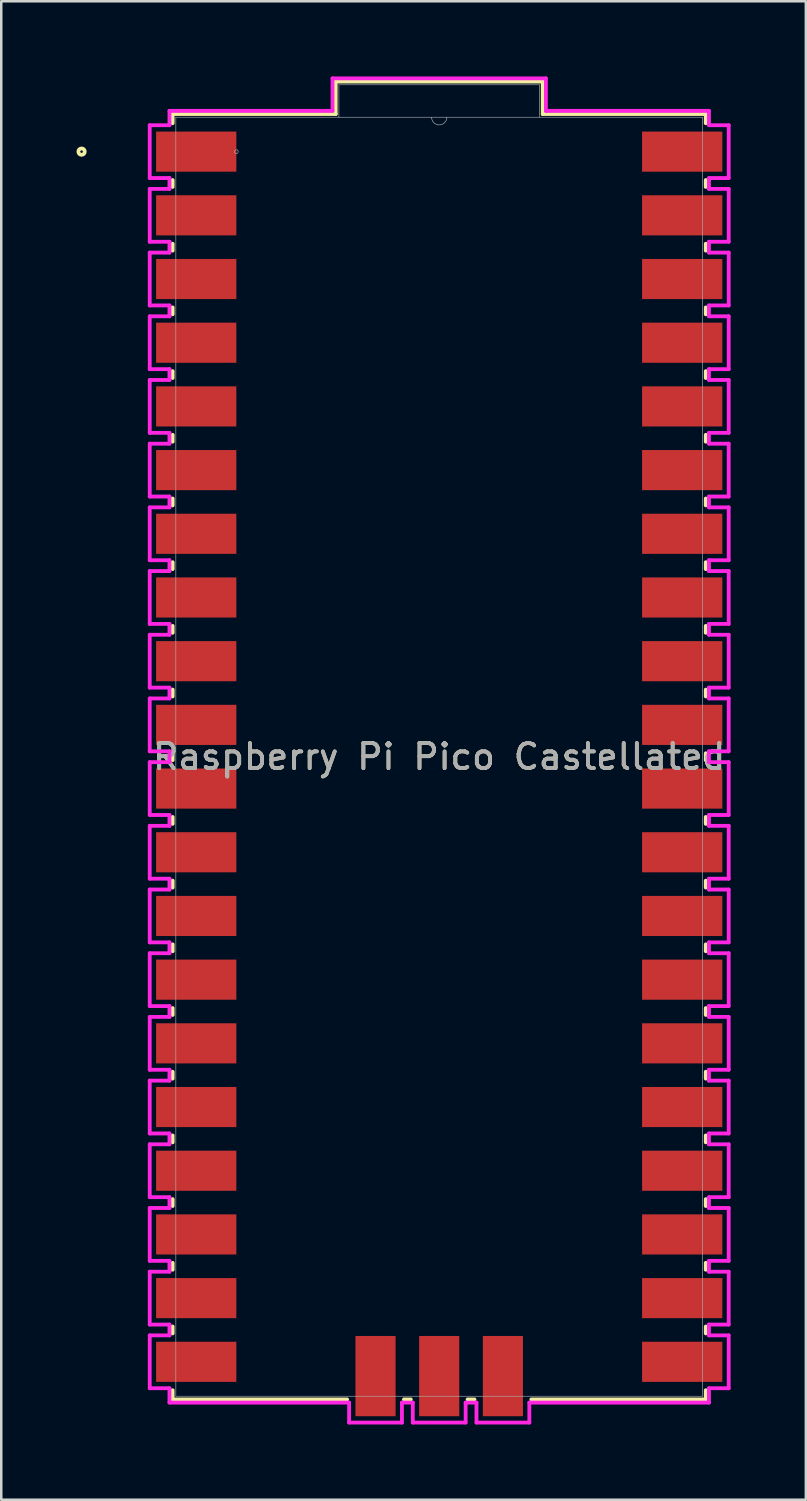
<source format=kicad_pcb>
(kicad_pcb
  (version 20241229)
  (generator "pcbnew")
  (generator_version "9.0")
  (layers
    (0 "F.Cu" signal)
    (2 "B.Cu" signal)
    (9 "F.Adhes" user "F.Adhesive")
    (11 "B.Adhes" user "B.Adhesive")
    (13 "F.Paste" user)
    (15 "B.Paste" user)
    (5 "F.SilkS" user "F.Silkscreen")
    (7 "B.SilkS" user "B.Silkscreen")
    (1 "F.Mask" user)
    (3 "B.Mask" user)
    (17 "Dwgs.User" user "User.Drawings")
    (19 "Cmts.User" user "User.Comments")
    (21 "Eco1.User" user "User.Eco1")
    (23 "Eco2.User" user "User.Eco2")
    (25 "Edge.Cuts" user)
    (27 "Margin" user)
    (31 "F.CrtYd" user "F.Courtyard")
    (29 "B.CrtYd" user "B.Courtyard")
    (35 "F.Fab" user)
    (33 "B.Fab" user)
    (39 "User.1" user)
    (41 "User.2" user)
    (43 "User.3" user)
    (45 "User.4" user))
  (footprint "Raspberry Pi Pico Castellated"
    (layer "F.Cu")
    (at 14.465 27.127)
    (property "Reference" "Raspberry Pi Pico Castellated" (at 0 0 0) (unlocked yes) (layer "F.SilkS") (effects (font (size 1 1) (thickness 0.15))))
    (attr smd)
    (fp_line (start -10.63 -25.629) (end -4.128 -25.629) (stroke (width 0.152) (type solid)) (layer "F.SilkS"))
    (fp_line (start -10.63 -25.263) (end -10.63 -25.629) (stroke (width 0.152) (type solid)) (layer "F.SilkS"))
    (fp_line (start -10.63 -22.723) (end -10.63 -22.997) (stroke (width 0.152) (type solid)) (layer "F.SilkS"))
    (fp_line (start -10.63 -20.183) (end -10.63 -20.457) (stroke (width 0.152) (type solid)) (layer "F.SilkS"))
    (fp_line (start -10.63 -17.643) (end -10.63 -17.917) (stroke (width 0.152) (type solid)) (layer "F.SilkS"))
    (fp_line (start -10.63 -15.103) (end -10.63 -15.377) (stroke (width 0.152) (type solid)) (layer "F.SilkS"))
    (fp_line (start -10.63 -12.563) (end -10.63 -12.837) (stroke (width 0.152) (type solid)) (layer "F.SilkS"))
    (fp_line (start -10.63 -10.023) (end -10.63 -10.297) (stroke (width 0.152) (type solid)) (layer "F.SilkS"))
    (fp_line (start -10.63 -7.483) (end -10.63 -7.757) (stroke (width 0.152) (type solid)) (layer "F.SilkS"))
    (fp_line (start -10.63 -4.943) (end -10.63 -5.217) (stroke (width 0.152) (type solid)) (layer "F.SilkS"))
    (fp_line (start -10.63 -2.403) (end -10.63 -2.677) (stroke (width 0.152) (type solid)) (layer "F.SilkS"))
    (fp_line (start -10.63 0.137) (end -10.63 -0.137) (stroke (width 0.152) (type solid)) (layer "F.SilkS"))
    (fp_line (start -10.63 2.677) (end -10.63 2.403) (stroke (width 0.152) (type solid)) (layer "F.SilkS"))
    (fp_line (start -10.63 5.217) (end -10.63 4.943) (stroke (width 0.152) (type solid)) (layer "F.SilkS"))
    (fp_line (start -10.63 7.757) (end -10.63 7.483) (stroke (width 0.152) (type solid)) (layer "F.SilkS"))
    (fp_line (start -10.63 10.297) (end -10.63 10.023) (stroke (width 0.152) (type solid)) (layer "F.SilkS"))
    (fp_line (start -10.63 12.837) (end -10.63 12.563) (stroke (width 0.152) (type solid)) (layer "F.SilkS"))
    (fp_line (start -10.63 15.377) (end -10.63 15.103) (stroke (width 0.152) (type solid)) (layer "F.SilkS"))
    (fp_line (start -10.63 17.917) (end -10.63 17.643) (stroke (width 0.152) (type solid)) (layer "F.SilkS"))
    (fp_line (start -10.63 20.457) (end -10.63 20.183) (stroke (width 0.152) (type solid)) (layer "F.SilkS"))
    (fp_line (start -10.63 22.997) (end -10.63 22.723) (stroke (width 0.152) (type solid)) (layer "F.SilkS"))
    (fp_line (start -10.63 25.629) (end -10.63 25.263) (stroke (width 0.152) (type solid)) (layer "F.SilkS"))
    (fp_line (start -4.128 -26.924) (end 4.128 -26.924) (stroke (width 0.152) (type solid)) (layer "F.SilkS"))
    (fp_line (start -4.128 -25.629) (end -4.128 -26.924) (stroke (width 0.152) (type solid)) (layer "F.SilkS"))
    (fp_line (start -3.673 25.629) (end -10.63 25.629) (stroke (width 0.152) (type solid)) (layer "F.SilkS"))
    (fp_line (start -1.133 25.629) (end -1.407 25.629) (stroke (width 0.152) (type solid)) (layer "F.SilkS"))
    (fp_line (start 1.407 25.629) (end 1.133 25.629) (stroke (width 0.152) (type solid)) (layer "F.SilkS"))
    (fp_line (start 4.128 -26.924) (end 4.128 -25.629) (stroke (width 0.152) (type solid)) (layer "F.SilkS"))
    (fp_line (start 4.128 -25.629) (end 10.63 -25.629) (stroke (width 0.152) (type solid)) (layer "F.SilkS"))
    (fp_line (start 10.63 -25.629) (end 10.63 -25.263) (stroke (width 0.152) (type solid)) (layer "F.SilkS"))
    (fp_line (start 10.63 -22.997) (end 10.63 -22.723) (stroke (width 0.152) (type solid)) (layer "F.SilkS"))
    (fp_line (start 10.63 -20.457) (end 10.63 -20.183) (stroke (width 0.152) (type solid)) (layer "F.SilkS"))
    (fp_line (start 10.63 -17.917) (end 10.63 -17.643) (stroke (width 0.152) (type solid)) (layer "F.SilkS"))
    (fp_line (start 10.63 -15.377) (end 10.63 -15.103) (stroke (width 0.152) (type solid)) (layer "F.SilkS"))
    (fp_line (start 10.63 -12.837) (end 10.63 -12.563) (stroke (width 0.152) (type solid)) (layer "F.SilkS"))
    (fp_line (start 10.63 -10.297) (end 10.63 -10.023) (stroke (width 0.152) (type solid)) (layer "F.SilkS"))
    (fp_line (start 10.63 -7.757) (end 10.63 -7.483) (stroke (width 0.152) (type solid)) (layer "F.SilkS"))
    (fp_line (start 10.63 -5.217) (end 10.63 -4.943) (stroke (width 0.152) (type solid)) (layer "F.SilkS"))
    (fp_line (start 10.63 -2.677) (end 10.63 -2.403) (stroke (width 0.152) (type solid)) (layer "F.SilkS"))
    (fp_line (start 10.63 -0.137) (end 10.63 0.137) (stroke (width 0.152) (type solid)) (layer "F.SilkS"))
    (fp_line (start 10.63 2.403) (end 10.63 2.677) (stroke (width 0.152) (type solid)) (layer "F.SilkS"))
    (fp_line (start 10.63 4.943) (end 10.63 5.217) (stroke (width 0.152) (type solid)) (layer "F.SilkS"))
    (fp_line (start 10.63 7.483) (end 10.63 7.757) (stroke (width 0.152) (type solid)) (layer "F.SilkS"))
    (fp_line (start 10.63 10.023) (end 10.63 10.297) (stroke (width 0.152) (type solid)) (layer "F.SilkS"))
    (fp_line (start 10.63 12.563) (end 10.63 12.837) (stroke (width 0.152) (type solid)) (layer "F.SilkS"))
    (fp_line (start 10.63 15.103) (end 10.63 15.377) (stroke (width 0.152) (type solid)) (layer "F.SilkS"))
    (fp_line (start 10.63 17.643) (end 10.63 17.917) (stroke (width 0.152) (type solid)) (layer "F.SilkS"))
    (fp_line (start 10.63 20.183) (end 10.63 20.457) (stroke (width 0.152) (type solid)) (layer "F.SilkS"))
    (fp_line (start 10.63 22.723) (end 10.63 22.997) (stroke (width 0.152) (type solid)) (layer "F.SilkS"))
    (fp_line (start 10.63 25.263) (end 10.63 25.629) (stroke (width 0.152) (type solid)) (layer "F.SilkS"))
    (fp_line (start 10.63 25.629) (end 3.673 25.629) (stroke (width 0.152) (type solid)) (layer "F.SilkS"))
    (fp_circle (center -14.262 -24.13) (end -14.135 -24.13) (stroke (width 0.152) (type solid)) (fill no) (layer "F.SilkS"))
    (fp_line (start -11.544 -25.184) (end -11.544 -23.076) (stroke (width 0.152) (type solid)) (layer "F.CrtYd"))
    (fp_line (start -11.544 -23.076) (end -10.757 -23.076) (stroke (width 0.152) (type solid)) (layer "F.CrtYd"))
    (fp_line (start -11.544 -22.644) (end -11.544 -20.536) (stroke (width 0.152) (type solid)) (layer "F.CrtYd"))
    (fp_line (start -11.544 -20.536) (end -10.757 -20.536) (stroke (width 0.152) (type solid)) (layer "F.CrtYd"))
    (fp_line (start -11.544 -20.104) (end -11.544 -17.996) (stroke (width 0.152) (type solid)) (layer "F.CrtYd"))
    (fp_line (start -11.544 -17.996) (end -10.757 -17.996) (stroke (width 0.152) (type solid)) (layer "F.CrtYd"))
    (fp_line (start -11.544 -17.564) (end -11.544 -15.456) (stroke (width 0.152) (type solid)) (layer "F.CrtYd"))
    (fp_line (start -11.544 -15.456) (end -10.757 -15.456) (stroke (width 0.152) (type solid)) (layer "F.CrtYd"))
    (fp_line (start -11.544 -15.024) (end -11.544 -12.916) (stroke (width 0.152) (type solid)) (layer "F.CrtYd"))
    (fp_line (start -11.544 -12.916) (end -10.757 -12.916) (stroke (width 0.152) (type solid)) (layer "F.CrtYd"))
    (fp_line (start -11.544 -12.484) (end -11.544 -10.376) (stroke (width 0.152) (type solid)) (layer "F.CrtYd"))
    (fp_line (start -11.544 -10.376) (end -10.757 -10.376) (stroke (width 0.152) (type solid)) (layer "F.CrtYd"))
    (fp_line (start -11.544 -9.944) (end -11.544 -7.836) (stroke (width 0.152) (type solid)) (layer "F.CrtYd"))
    (fp_line (start -11.544 -7.836) (end -10.757 -7.836) (stroke (width 0.152) (type solid)) (layer "F.CrtYd"))
    (fp_line (start -11.544 -7.404) (end -11.544 -5.296) (stroke (width 0.152) (type solid)) (layer "F.CrtYd"))
    (fp_line (start -11.544 -5.296) (end -10.757 -5.296) (stroke (width 0.152) (type solid)) (layer "F.CrtYd"))
    (fp_line (start -11.544 -4.864) (end -11.544 -2.756) (stroke (width 0.152) (type solid)) (layer "F.CrtYd"))
    (fp_line (start -11.544 -2.756) (end -10.757 -2.756) (stroke (width 0.152) (type solid)) (layer "F.CrtYd"))
    (fp_line (start -11.544 -2.324) (end -11.544 -0.216) (stroke (width 0.152) (type solid)) (layer "F.CrtYd"))
    (fp_line (start -11.544 -0.216) (end -10.757 -0.216) (stroke (width 0.152) (type solid)) (layer "F.CrtYd"))
    (fp_line (start -11.544 0.216) (end -11.544 2.324) (stroke (width 0.152) (type solid)) (layer "F.CrtYd"))
    (fp_line (start -11.544 2.324) (end -10.757 2.324) (stroke (width 0.152) (type solid)) (layer "F.CrtYd"))
    (fp_line (start -11.544 2.756) (end -11.544 4.864) (stroke (width 0.152) (type solid)) (layer "F.CrtYd"))
    (fp_line (start -11.544 4.864) (end -10.757 4.864) (stroke (width 0.152) (type solid)) (layer "F.CrtYd"))
    (fp_line (start -11.544 5.296) (end -11.544 7.404) (stroke (width 0.152) (type solid)) (layer "F.CrtYd"))
    (fp_line (start -11.544 7.404) (end -10.757 7.404) (stroke (width 0.152) (type solid)) (layer "F.CrtYd"))
    (fp_line (start -11.544 7.836) (end -11.544 9.944) (stroke (width 0.152) (type solid)) (layer "F.CrtYd"))
    (fp_line (start -11.544 9.944) (end -10.757 9.944) (stroke (width 0.152) (type solid)) (layer "F.CrtYd"))
    (fp_line (start -11.544 10.376) (end -11.544 12.484) (stroke (width 0.152) (type solid)) (layer "F.CrtYd"))
    (fp_line (start -11.544 12.484) (end -10.757 12.484) (stroke (width 0.152) (type solid)) (layer "F.CrtYd"))
    (fp_line (start -11.544 12.916) (end -11.544 15.024) (stroke (width 0.152) (type solid)) (layer "F.CrtYd"))
    (fp_line (start -11.544 15.024) (end -10.757 15.024) (stroke (width 0.152) (type solid)) (layer "F.CrtYd"))
    (fp_line (start -11.544 15.456) (end -11.544 17.564) (stroke (width 0.152) (type solid)) (layer "F.CrtYd"))
    (fp_line (start -11.544 17.564) (end -10.757 17.564) (stroke (width 0.152) (type solid)) (layer "F.CrtYd"))
    (fp_line (start -11.544 17.996) (end -11.544 20.104) (stroke (width 0.152) (type solid)) (layer "F.CrtYd"))
    (fp_line (start -11.544 20.104) (end -10.757 20.104) (stroke (width 0.152) (type solid)) (layer "F.CrtYd"))
    (fp_line (start -11.544 20.536) (end -11.544 22.644) (stroke (width 0.152) (type solid)) (layer "F.CrtYd"))
    (fp_line (start -11.544 22.644) (end -10.757 22.644) (stroke (width 0.152) (type solid)) (layer "F.CrtYd"))
    (fp_line (start -11.544 23.076) (end -11.544 25.184) (stroke (width 0.152) (type solid)) (layer "F.CrtYd"))
    (fp_line (start -11.544 25.184) (end -10.757 25.184) (stroke (width 0.152) (type solid)) (layer "F.CrtYd"))
    (fp_line (start -10.757 -25.756) (end -10.757 -25.184) (stroke (width 0.152) (type solid)) (layer "F.CrtYd"))
    (fp_line (start -10.757 -25.184) (end -11.544 -25.184) (stroke (width 0.152) (type solid)) (layer "F.CrtYd"))
    (fp_line (start -10.757 -23.076) (end -10.757 -22.644) (stroke (width 0.152) (type solid)) (layer "F.CrtYd"))
    (fp_line (start -10.757 -22.644) (end -11.544 -22.644) (stroke (width 0.152) (type solid)) (layer "F.CrtYd"))
    (fp_line (start -10.757 -20.536) (end -10.757 -20.104) (stroke (width 0.152) (type solid)) (layer "F.CrtYd"))
    (fp_line (start -10.757 -20.104) (end -11.544 -20.104) (stroke (width 0.152) (type solid)) (layer "F.CrtYd"))
    (fp_line (start -10.757 -17.996) (end -10.757 -17.564) (stroke (width 0.152) (type solid)) (layer "F.CrtYd"))
    (fp_line (start -10.757 -17.564) (end -11.544 -17.564) (stroke (width 0.152) (type solid)) (layer "F.CrtYd"))
    (fp_line (start -10.757 -15.456) (end -10.757 -15.024) (stroke (width 0.152) (type solid)) (layer "F.CrtYd"))
    (fp_line (start -10.757 -15.024) (end -11.544 -15.024) (stroke (width 0.152) (type solid)) (layer "F.CrtYd"))
    (fp_line (start -10.757 -12.916) (end -10.757 -12.484) (stroke (width 0.152) (type solid)) (layer "F.CrtYd"))
    (fp_line (start -10.757 -12.484) (end -11.544 -12.484) (stroke (width 0.152) (type solid)) (layer "F.CrtYd"))
    (fp_line (start -10.757 -10.376) (end -10.757 -9.944) (stroke (width 0.152) (type solid)) (layer "F.CrtYd"))
    (fp_line (start -10.757 -9.944) (end -11.544 -9.944) (stroke (width 0.152) (type solid)) (layer "F.CrtYd"))
    (fp_line (start -10.757 -7.836) (end -10.757 -7.404) (stroke (width 0.152) (type solid)) (layer "F.CrtYd"))
    (fp_line (start -10.757 -7.404) (end -11.544 -7.404) (stroke (width 0.152) (type solid)) (layer "F.CrtYd"))
    (fp_line (start -10.757 -5.296) (end -10.757 -4.864) (stroke (width 0.152) (type solid)) (layer "F.CrtYd"))
    (fp_line (start -10.757 -4.864) (end -11.544 -4.864) (stroke (width 0.152) (type solid)) (layer "F.CrtYd"))
    (fp_line (start -10.757 -2.756) (end -10.757 -2.324) (stroke (width 0.152) (type solid)) (layer "F.CrtYd"))
    (fp_line (start -10.757 -2.324) (end -11.544 -2.324) (stroke (width 0.152) (type solid)) (layer "F.CrtYd"))
    (fp_line (start -10.757 -0.216) (end -10.757 0.216) (stroke (width 0.152) (type solid)) (layer "F.CrtYd"))
    (fp_line (start -10.757 0.216) (end -11.544 0.216) (stroke (width 0.152) (type solid)) (layer "F.CrtYd"))
    (fp_line (start -10.757 2.324) (end -10.757 2.756) (stroke (width 0.152) (type solid)) (layer "F.CrtYd"))
    (fp_line (start -10.757 2.756) (end -11.544 2.756) (stroke (width 0.152) (type solid)) (layer "F.CrtYd"))
    (fp_line (start -10.757 4.864) (end -10.757 5.296) (stroke (width 0.152) (type solid)) (layer "F.CrtYd"))
    (fp_line (start -10.757 5.296) (end -11.544 5.296) (stroke (width 0.152) (type solid)) (layer "F.CrtYd"))
    (fp_line (start -10.757 7.404) (end -10.757 7.836) (stroke (width 0.152) (type solid)) (layer "F.CrtYd"))
    (fp_line (start -10.757 7.836) (end -11.544 7.836) (stroke (width 0.152) (type solid)) (layer "F.CrtYd"))
    (fp_line (start -10.757 9.944) (end -10.757 10.376) (stroke (width 0.152) (type solid)) (layer "F.CrtYd"))
    (fp_line (start -10.757 10.376) (end -11.544 10.376) (stroke (width 0.152) (type solid)) (layer "F.CrtYd"))
    (fp_line (start -10.757 12.484) (end -10.757 12.916) (stroke (width 0.152) (type solid)) (layer "F.CrtYd"))
    (fp_line (start -10.757 12.916) (end -11.544 12.916) (stroke (width 0.152) (type solid)) (layer "F.CrtYd"))
    (fp_line (start -10.757 15.024) (end -10.757 15.456) (stroke (width 0.152) (type solid)) (layer "F.CrtYd"))
    (fp_line (start -10.757 15.456) (end -11.544 15.456) (stroke (width 0.152) (type solid)) (layer "F.CrtYd"))
    (fp_line (start -10.757 17.564) (end -10.757 17.996) (stroke (width 0.152) (type solid)) (layer "F.CrtYd"))
    (fp_line (start -10.757 17.996) (end -11.544 17.996) (stroke (width 0.152) (type solid)) (layer "F.CrtYd"))
    (fp_line (start -10.757 20.104) (end -10.757 20.536) (stroke (width 0.152) (type solid)) (layer "F.CrtYd"))
    (fp_line (start -10.757 20.536) (end -11.544 20.536) (stroke (width 0.152) (type solid)) (layer "F.CrtYd"))
    (fp_line (start -10.757 22.644) (end -10.757 23.076) (stroke (width 0.152) (type solid)) (layer "F.CrtYd"))
    (fp_line (start -10.757 23.076) (end -11.544 23.076) (stroke (width 0.152) (type solid)) (layer "F.CrtYd"))
    (fp_line (start -10.757 25.184) (end -10.757 25.756) (stroke (width 0.152) (type solid)) (layer "F.CrtYd"))
    (fp_line (start -10.757 25.756) (end -3.594 25.756) (stroke (width 0.152) (type solid)) (layer "F.CrtYd"))
    (fp_line (start -4.255 -27.051) (end -4.255 -25.756) (stroke (width 0.152) (type solid)) (layer "F.CrtYd"))
    (fp_line (start -4.255 -25.756) (end -10.757 -25.756) (stroke (width 0.152) (type solid)) (layer "F.CrtYd"))
    (fp_line (start -3.594 25.756) (end -3.594 26.553) (stroke (width 0.152) (type solid)) (layer "F.CrtYd"))
    (fp_line (start -3.594 26.553) (end -1.486 26.553) (stroke (width 0.152) (type solid)) (layer "F.CrtYd"))
    (fp_line (start -1.486 25.756) (end -1.054 25.756) (stroke (width 0.152) (type solid)) (layer "F.CrtYd"))
    (fp_line (start -1.486 26.553) (end -1.486 25.756) (stroke (width 0.152) (type solid)) (layer "F.CrtYd"))
    (fp_line (start -1.054 25.756) (end -1.054 26.553) (stroke (width 0.152) (type solid)) (layer "F.CrtYd"))
    (fp_line (start -1.054 26.553) (end 1.054 26.553) (stroke (width 0.152) (type solid)) (layer "F.CrtYd"))
    (fp_line (start 1.054 25.756) (end 1.486 25.756) (stroke (width 0.152) (type solid)) (layer "F.CrtYd"))
    (fp_line (start 1.054 26.553) (end 1.054 25.756) (stroke (width 0.152) (type solid)) (layer "F.CrtYd"))
    (fp_line (start 1.486 25.756) (end 1.486 26.553) (stroke (width 0.152) (type solid)) (layer "F.CrtYd"))
    (fp_line (start 1.486 26.553) (end 3.594 26.553) (stroke (width 0.152) (type solid)) (layer "F.CrtYd"))
    (fp_line (start 3.594 25.756) (end 10.757 25.756) (stroke (width 0.152) (type solid)) (layer "F.CrtYd"))
    (fp_line (start 3.594 26.553) (end 3.594 25.756) (stroke (width 0.152) (type solid)) (layer "F.CrtYd"))
    (fp_line (start 4.255 -27.051) (end -4.255 -27.051) (stroke (width 0.152) (type solid)) (layer "F.CrtYd"))
    (fp_line (start 4.255 -25.756) (end 4.255 -27.051) (stroke (width 0.152) (type solid)) (layer "F.CrtYd"))
    (fp_line (start 10.757 -25.756) (end 4.255 -25.756) (stroke (width 0.152) (type solid)) (layer "F.CrtYd"))
    (fp_line (start 10.757 -25.184) (end 10.757 -25.756) (stroke (width 0.152) (type solid)) (layer "F.CrtYd"))
    (fp_line (start 10.757 -23.076) (end 11.544 -23.076) (stroke (width 0.152) (type solid)) (layer "F.CrtYd"))
    (fp_line (start 10.757 -22.644) (end 10.757 -23.076) (stroke (width 0.152) (type solid)) (layer "F.CrtYd"))
    (fp_line (start 10.757 -20.536) (end 11.544 -20.536) (stroke (width 0.152) (type solid)) (layer "F.CrtYd"))
    (fp_line (start 10.757 -20.104) (end 10.757 -20.536) (stroke (width 0.152) (type solid)) (layer "F.CrtYd"))
    (fp_line (start 10.757 -17.996) (end 11.544 -17.996) (stroke (width 0.152) (type solid)) (layer "F.CrtYd"))
    (fp_line (start 10.757 -17.564) (end 10.757 -17.996) (stroke (width 0.152) (type solid)) (layer "F.CrtYd"))
    (fp_line (start 10.757 -15.456) (end 11.544 -15.456) (stroke (width 0.152) (type solid)) (layer "F.CrtYd"))
    (fp_line (start 10.757 -15.024) (end 10.757 -15.456) (stroke (width 0.152) (type solid)) (layer "F.CrtYd"))
    (fp_line (start 10.757 -12.916) (end 11.544 -12.916) (stroke (width 0.152) (type solid)) (layer "F.CrtYd"))
    (fp_line (start 10.757 -12.484) (end 10.757 -12.916) (stroke (width 0.152) (type solid)) (layer "F.CrtYd"))
    (fp_line (start 10.757 -10.376) (end 11.544 -10.376) (stroke (width 0.152) (type solid)) (layer "F.CrtYd"))
    (fp_line (start 10.757 -9.944) (end 10.757 -10.376) (stroke (width 0.152) (type solid)) (layer "F.CrtYd"))
    (fp_line (start 10.757 -7.836) (end 11.544 -7.836) (stroke (width 0.152) (type solid)) (layer "F.CrtYd"))
    (fp_line (start 10.757 -7.404) (end 10.757 -7.836) (stroke (width 0.152) (type solid)) (layer "F.CrtYd"))
    (fp_line (start 10.757 -5.296) (end 11.544 -5.296) (stroke (width 0.152) (type solid)) (layer "F.CrtYd"))
    (fp_line (start 10.757 -4.864) (end 10.757 -5.296) (stroke (width 0.152) (type solid)) (layer "F.CrtYd"))
    (fp_line (start 10.757 -2.756) (end 11.544 -2.756) (stroke (width 0.152) (type solid)) (layer "F.CrtYd"))
    (fp_line (start 10.757 -2.324) (end 10.757 -2.756) (stroke (width 0.152) (type solid)) (layer "F.CrtYd"))
    (fp_line (start 10.757 -0.216) (end 11.544 -0.216) (stroke (width 0.152) (type solid)) (layer "F.CrtYd"))
    (fp_line (start 10.757 0.216) (end 10.757 -0.216) (stroke (width 0.152) (type solid)) (layer "F.CrtYd"))
    (fp_line (start 10.757 2.324) (end 11.544 2.324) (stroke (width 0.152) (type solid)) (layer "F.CrtYd"))
    (fp_line (start 10.757 2.756) (end 10.757 2.324) (stroke (width 0.152) (type solid)) (layer "F.CrtYd"))
    (fp_line (start 10.757 4.864) (end 11.544 4.864) (stroke (width 0.152) (type solid)) (layer "F.CrtYd"))
    (fp_line (start 10.757 5.296) (end 10.757 4.864) (stroke (width 0.152) (type solid)) (layer "F.CrtYd"))
    (fp_line (start 10.757 7.404) (end 11.544 7.404) (stroke (width 0.152) (type solid)) (layer "F.CrtYd"))
    (fp_line (start 10.757 7.836) (end 10.757 7.404) (stroke (width 0.152) (type solid)) (layer "F.CrtYd"))
    (fp_line (start 10.757 9.944) (end 11.544 9.944) (stroke (width 0.152) (type solid)) (layer "F.CrtYd"))
    (fp_line (start 10.757 10.376) (end 10.757 9.944) (stroke (width 0.152) (type solid)) (layer "F.CrtYd"))
    (fp_line (start 10.757 12.484) (end 11.544 12.484) (stroke (width 0.152) (type solid)) (layer "F.CrtYd"))
    (fp_line (start 10.757 12.916) (end 10.757 12.484) (stroke (width 0.152) (type solid)) (layer "F.CrtYd"))
    (fp_line (start 10.757 15.024) (end 11.544 15.024) (stroke (width 0.152) (type solid)) (layer "F.CrtYd"))
    (fp_line (start 10.757 15.456) (end 10.757 15.024) (stroke (width 0.152) (type solid)) (layer "F.CrtYd"))
    (fp_line (start 10.757 17.564) (end 11.544 17.564) (stroke (width 0.152) (type solid)) (layer "F.CrtYd"))
    (fp_line (start 10.757 17.996) (end 10.757 17.564) (stroke (width 0.152) (type solid)) (layer "F.CrtYd"))
    (fp_line (start 10.757 20.104) (end 11.544 20.104) (stroke (width 0.152) (type solid)) (layer "F.CrtYd"))
    (fp_line (start 10.757 20.536) (end 10.757 20.104) (stroke (width 0.152) (type solid)) (layer "F.CrtYd"))
    (fp_line (start 10.757 22.644) (end 11.544 22.644) (stroke (width 0.152) (type solid)) (layer "F.CrtYd"))
    (fp_line (start 10.757 23.076) (end 10.757 22.644) (stroke (width 0.152) (type solid)) (layer "F.CrtYd"))
    (fp_line (start 10.757 25.184) (end 11.544 25.184) (stroke (width 0.152) (type solid)) (layer "F.CrtYd"))
    (fp_line (start 10.757 25.756) (end 10.757 25.184) (stroke (width 0.152) (type solid)) (layer "F.CrtYd"))
    (fp_line (start 11.544 -25.184) (end 10.757 -25.184) (stroke (width 0.152) (type solid)) (layer "F.CrtYd"))
    (fp_line (start 11.544 -23.076) (end 11.544 -25.184) (stroke (width 0.152) (type solid)) (layer "F.CrtYd"))
    (fp_line (start 11.544 -22.644) (end 10.757 -22.644) (stroke (width 0.152) (type solid)) (layer "F.CrtYd"))
    (fp_line (start 11.544 -20.536) (end 11.544 -22.644) (stroke (width 0.152) (type solid)) (layer "F.CrtYd"))
    (fp_line (start 11.544 -20.104) (end 10.757 -20.104) (stroke (width 0.152) (type solid)) (layer "F.CrtYd"))
    (fp_line (start 11.544 -17.996) (end 11.544 -20.104) (stroke (width 0.152) (type solid)) (layer "F.CrtYd"))
    (fp_line (start 11.544 -17.564) (end 10.757 -17.564) (stroke (width 0.152) (type solid)) (layer "F.CrtYd"))
    (fp_line (start 11.544 -15.456) (end 11.544 -17.564) (stroke (width 0.152) (type solid)) (layer "F.CrtYd"))
    (fp_line (start 11.544 -15.024) (end 10.757 -15.024) (stroke (width 0.152) (type solid)) (layer "F.CrtYd"))
    (fp_line (start 11.544 -12.916) (end 11.544 -15.024) (stroke (width 0.152) (type solid)) (layer "F.CrtYd"))
    (fp_line (start 11.544 -12.484) (end 10.757 -12.484) (stroke (width 0.152) (type solid)) (layer "F.CrtYd"))
    (fp_line (start 11.544 -10.376) (end 11.544 -12.484) (stroke (width 0.152) (type solid)) (layer "F.CrtYd"))
    (fp_line (start 11.544 -9.944) (end 10.757 -9.944) (stroke (width 0.152) (type solid)) (layer "F.CrtYd"))
    (fp_line (start 11.544 -7.836) (end 11.544 -9.944) (stroke (width 0.152) (type solid)) (layer "F.CrtYd"))
    (fp_line (start 11.544 -7.404) (end 10.757 -7.404) (stroke (width 0.152) (type solid)) (layer "F.CrtYd"))
    (fp_line (start 11.544 -5.296) (end 11.544 -7.404) (stroke (width 0.152) (type solid)) (layer "F.CrtYd"))
    (fp_line (start 11.544 -4.864) (end 10.757 -4.864) (stroke (width 0.152) (type solid)) (layer "F.CrtYd"))
    (fp_line (start 11.544 -2.756) (end 11.544 -4.864) (stroke (width 0.152) (type solid)) (layer "F.CrtYd"))
    (fp_line (start 11.544 -2.324) (end 10.757 -2.324) (stroke (width 0.152) (type solid)) (layer "F.CrtYd"))
    (fp_line (start 11.544 -0.216) (end 11.544 -2.324) (stroke (width 0.152) (type solid)) (layer "F.CrtYd"))
    (fp_line (start 11.544 0.216) (end 10.757 0.216) (stroke (width 0.152) (type solid)) (layer "F.CrtYd"))
    (fp_line (start 11.544 2.324) (end 11.544 0.216) (stroke (width 0.152) (type solid)) (layer "F.CrtYd"))
    (fp_line (start 11.544 2.756) (end 10.757 2.756) (stroke (width 0.152) (type solid)) (layer "F.CrtYd"))
    (fp_line (start 11.544 4.864) (end 11.544 2.756) (stroke (width 0.152) (type solid)) (layer "F.CrtYd"))
    (fp_line (start 11.544 5.296) (end 10.757 5.296) (stroke (width 0.152) (type solid)) (layer "F.CrtYd"))
    (fp_line (start 11.544 7.404) (end 11.544 5.296) (stroke (width 0.152) (type solid)) (layer "F.CrtYd"))
    (fp_line (start 11.544 7.836) (end 10.757 7.836) (stroke (width 0.152) (type solid)) (layer "F.CrtYd"))
    (fp_line (start 11.544 9.944) (end 11.544 7.836) (stroke (width 0.152) (type solid)) (layer "F.CrtYd"))
    (fp_line (start 11.544 10.376) (end 10.757 10.376) (stroke (width 0.152) (type solid)) (layer "F.CrtYd"))
    (fp_line (start 11.544 12.484) (end 11.544 10.376) (stroke (width 0.152) (type solid)) (layer "F.CrtYd"))
    (fp_line (start 11.544 12.916) (end 10.757 12.916) (stroke (width 0.152) (type solid)) (layer "F.CrtYd"))
    (fp_line (start 11.544 15.024) (end 11.544 12.916) (stroke (width 0.152) (type solid)) (layer "F.CrtYd"))
    (fp_line (start 11.544 15.456) (end 10.757 15.456) (stroke (width 0.152) (type solid)) (layer "F.CrtYd"))
    (fp_line (start 11.544 17.564) (end 11.544 15.456) (stroke (width 0.152) (type solid)) (layer "F.CrtYd"))
    (fp_line (start 11.544 17.996) (end 10.757 17.996) (stroke (width 0.152) (type solid)) (layer "F.CrtYd"))
    (fp_line (start 11.544 20.104) (end 11.544 17.996) (stroke (width 0.152) (type solid)) (layer "F.CrtYd"))
    (fp_line (start 11.544 20.536) (end 10.757 20.536) (stroke (width 0.152) (type solid)) (layer "F.CrtYd"))
    (fp_line (start 11.544 22.644) (end 11.544 20.536) (stroke (width 0.152) (type solid)) (layer "F.CrtYd"))
    (fp_line (start 11.544 23.076) (end 10.757 23.076) (stroke (width 0.152) (type solid)) (layer "F.CrtYd"))
    (fp_line (start 11.544 25.184) (end 11.544 23.076) (stroke (width 0.152) (type solid)) (layer "F.CrtYd"))
    (fp_line (start -10.503 -25.502) (end -10.503 25.502) (stroke (width 0.025) (type solid)) (layer "F.Fab"))
    (fp_line (start -10.503 25.502) (end 10.503 25.502) (stroke (width 0.025) (type solid)) (layer "F.Fab"))
    (fp_line (start -4 -26.797) (end -4 -25.502) (stroke (width 0.025) (type solid)) (layer "F.Fab"))
    (fp_line (start -4 -26.797) (end 4 -26.797) (stroke (width 0.025) (type solid)) (layer "F.Fab"))
    (fp_line (start 4 -26.797) (end 4 -25.502) (stroke (width 0.025) (type solid)) (layer "F.Fab"))
    (fp_line (start 10.503 -25.502) (end -10.503 -25.502) (stroke (width 0.025) (type solid)) (layer "F.Fab"))
    (fp_line (start 10.503 25.502) (end 10.503 -25.502) (stroke (width 0.025) (type solid)) (layer "F.Fab"))
    (fp_arc (start 0.3048 -25.5016) (mid 0 -25.1968) (end -0.3048 -25.5016) (stroke (width 0.0254) (type solid)) (layer "F.Fab"))
    (fp_circle (center -8.09 -24.13) (end -8.014 -24.13) (stroke (width 0.025) (type solid)) (fill no) (layer "F.Fab"))
    (fp_text user "${REFERENCE}" (at 0 0 0) (unlocked yes) (layer "F.Fab") (effects (font (size 1 1) (thickness 0.15))))
    (pad "1" smd rect (at -9.69 -24.13) (size 3.2 1.6) (layers "F.Cu" "F.Mask" "F.Paste"))
    (pad "2" smd rect (at -9.69 -21.59) (size 3.2 1.6) (layers "F.Cu" "F.Mask" "F.Paste"))
    (pad "3" smd rect (at -9.69 -19.05) (size 3.2 1.6) (layers "F.Cu" "F.Mask" "F.Paste"))
    (pad "4" smd rect (at -9.69 -16.51) (size 3.2 1.6) (layers "F.Cu" "F.Mask" "F.Paste"))
    (pad "5" smd rect (at -9.69 -13.97) (size 3.2 1.6) (layers "F.Cu" "F.Mask" "F.Paste"))
    (pad "6" smd rect (at -9.69 -11.43) (size 3.2 1.6) (layers "F.Cu" "F.Mask" "F.Paste"))
    (pad "7" smd rect (at -9.69 -8.89) (size 3.2 1.6) (layers "F.Cu" "F.Mask" "F.Paste"))
    (pad "8" smd rect (at -9.69 -6.35) (size 3.2 1.6) (layers "F.Cu" "F.Mask" "F.Paste"))
    (pad "9" smd rect (at -9.69 -3.81) (size 3.2 1.6) (layers "F.Cu" "F.Mask" "F.Paste"))
    (pad "10" smd rect (at -9.69 -1.27) (size 3.2 1.6) (layers "F.Cu" "F.Mask" "F.Paste"))
    (pad "11" smd rect (at -9.69 1.27) (size 3.2 1.6) (layers "F.Cu" "F.Mask" "F.Paste"))
    (pad "12" smd rect (at -9.69 3.81) (size 3.2 1.6) (layers "F.Cu" "F.Mask" "F.Paste"))
    (pad "13" smd rect (at -9.69 6.35) (size 3.2 1.6) (layers "F.Cu" "F.Mask" "F.Paste"))
    (pad "14" smd rect (at -9.69 8.89) (size 3.2 1.6) (layers "F.Cu" "F.Mask" "F.Paste"))
    (pad "15" smd rect (at -9.69 11.43) (size 3.2 1.6) (layers "F.Cu" "F.Mask" "F.Paste"))
    (pad "16" smd rect (at -9.69 13.97) (size 3.2 1.6) (layers "F.Cu" "F.Mask" "F.Paste"))
    (pad "17" smd rect (at -9.69 16.51) (size 3.2 1.6) (layers "F.Cu" "F.Mask" "F.Paste"))
    (pad "18" smd rect (at -9.69 19.05) (size 3.2 1.6) (layers "F.Cu" "F.Mask" "F.Paste"))
    (pad "19" smd rect (at -9.69 21.59) (size 3.2 1.6) (layers "F.Cu" "F.Mask" "F.Paste"))
    (pad "20" smd rect (at -9.69 24.13) (size 3.2 1.6) (layers "F.Cu" "F.Mask" "F.Paste"))
    (pad "21" smd rect (at 9.69 24.13) (size 3.2 1.6) (layers "F.Cu" "F.Mask" "F.Paste"))
    (pad "22" smd rect (at 9.69 21.59) (size 3.2 1.6) (layers "F.Cu" "F.Mask" "F.Paste"))
    (pad "23" smd rect (at 9.69 19.05) (size 3.2 1.6) (layers "F.Cu" "F.Mask" "F.Paste"))
    (pad "24" smd rect (at 9.69 16.51) (size 3.2 1.6) (layers "F.Cu" "F.Mask" "F.Paste"))
    (pad "25" smd rect (at 9.69 13.97) (size 3.2 1.6) (layers "F.Cu" "F.Mask" "F.Paste"))
    (pad "26" smd rect (at 9.69 11.43) (size 3.2 1.6) (layers "F.Cu" "F.Mask" "F.Paste"))
    (pad "27" smd rect (at 9.69 8.89) (size 3.2 1.6) (layers "F.Cu" "F.Mask" "F.Paste"))
    (pad "28" smd rect (at 9.69 6.35) (size 3.2 1.6) (layers "F.Cu" "F.Mask" "F.Paste"))
    (pad "29" smd rect (at 9.69 3.81) (size 3.2 1.6) (layers "F.Cu" "F.Mask" "F.Paste"))
    (pad "30" smd rect (at 9.69 1.27) (size 3.2 1.6) (layers "F.Cu" "F.Mask" "F.Paste"))
    (pad "31" smd rect (at 9.69 -1.27) (size 3.2 1.6) (layers "F.Cu" "F.Mask" "F.Paste"))
    (pad "32" smd rect (at 9.69 -3.81) (size 3.2 1.6) (layers "F.Cu" "F.Mask" "F.Paste"))
    (pad "33" smd rect (at 9.69 -6.35) (size 3.2 1.6) (layers "F.Cu" "F.Mask" "F.Paste"))
    (pad "34" smd rect (at 9.69 -8.89) (size 3.2 1.6) (layers "F.Cu" "F.Mask" "F.Paste"))
    (pad "35" smd rect (at 9.69 -11.43) (size 3.2 1.6) (layers "F.Cu" "F.Mask" "F.Paste"))
    (pad "36" smd rect (at 9.69 -13.97) (size 3.2 1.6) (layers "F.Cu" "F.Mask" "F.Paste"))
    (pad "37" smd rect (at 9.69 -16.51) (size 3.2 1.6) (layers "F.Cu" "F.Mask" "F.Paste"))
    (pad "38" smd rect (at 9.69 -19.05) (size 3.2 1.6) (layers "F.Cu" "F.Mask" "F.Paste"))
    (pad "39" smd rect (at 9.69 -21.59) (size 3.2 1.6) (layers "F.Cu" "F.Mask" "F.Paste"))
    (pad "40" smd rect (at 9.69 -24.13) (size 3.2 1.6) (layers "F.Cu" "F.Mask" "F.Paste"))
    (pad "41" smd rect (at -2.54 24.699 90) (size 3.2 1.6) (layers "F.Cu" "F.Mask" "F.Paste"))
    (pad "42" smd rect (at 0 24.699 90) (size 3.2 1.6) (layers "F.Cu" "F.Mask" "F.Paste"))
    (pad "43" smd rect (at 2.54 24.699 90) (size 3.2 1.6) (layers "F.Cu" "F.Mask" "F.Paste")))
  (gr_rect
    (start -3 -3)
    (end 29.086 56.757)
    (stroke (width 0.1) (type default))
    (fill no)
    (layer "Edge.Cuts")))
</source>
